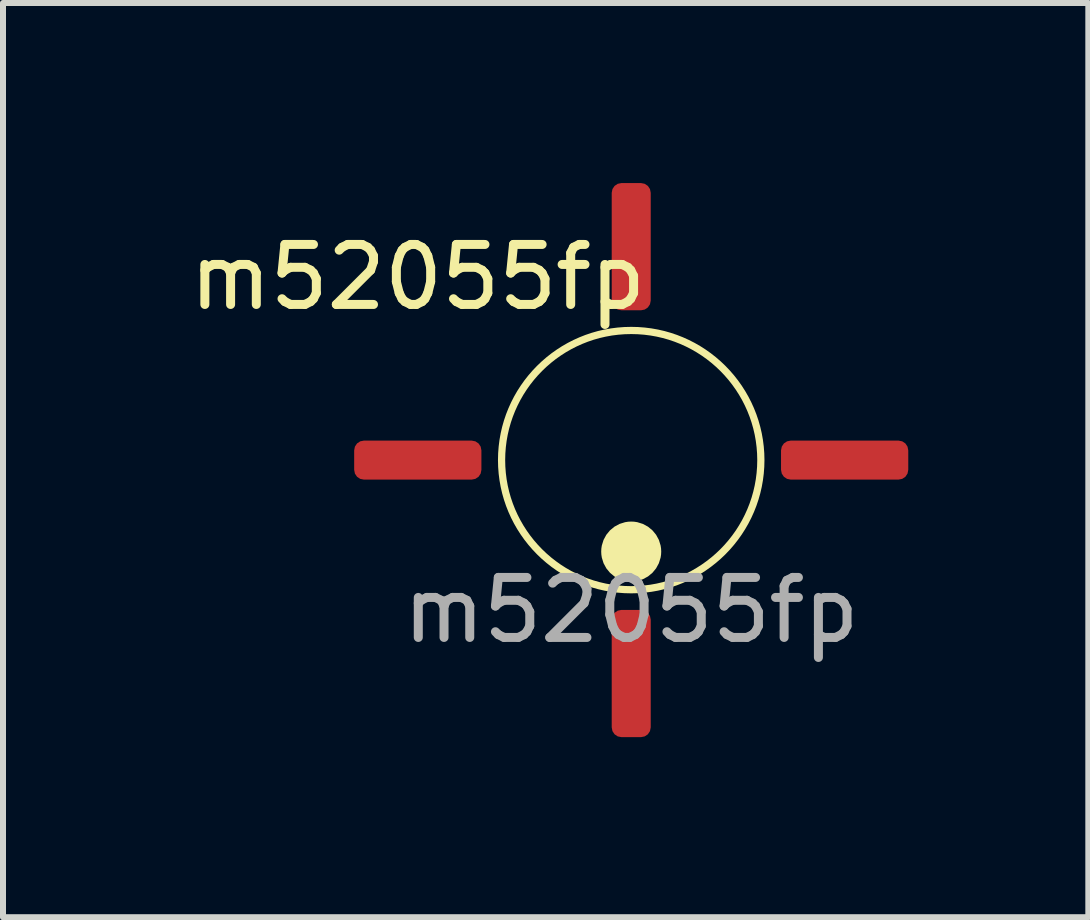
<source format=kicad_pcb>
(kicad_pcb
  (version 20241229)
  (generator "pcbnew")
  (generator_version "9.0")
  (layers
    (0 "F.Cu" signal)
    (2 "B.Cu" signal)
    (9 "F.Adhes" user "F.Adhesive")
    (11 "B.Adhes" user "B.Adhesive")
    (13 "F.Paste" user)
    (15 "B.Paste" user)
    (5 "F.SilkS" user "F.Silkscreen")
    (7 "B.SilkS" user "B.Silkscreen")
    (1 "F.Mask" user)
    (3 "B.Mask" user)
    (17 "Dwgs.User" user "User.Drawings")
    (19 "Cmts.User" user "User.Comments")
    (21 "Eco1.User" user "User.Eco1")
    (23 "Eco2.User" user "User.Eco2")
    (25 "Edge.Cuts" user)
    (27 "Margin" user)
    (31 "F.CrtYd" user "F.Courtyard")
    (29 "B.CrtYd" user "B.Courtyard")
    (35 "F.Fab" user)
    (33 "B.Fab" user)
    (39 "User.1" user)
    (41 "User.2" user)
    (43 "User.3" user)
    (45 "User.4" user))
  (footprint "m52055fp"
    (layer "F.Cu")
    (at 7.467 4.616)
    (property "Reference" "m52055fp" (at -3.556 -3.048 0) (unlocked yes) (layer "F.SilkS") (effects (font (size 1 1) (thickness 0.15))))
    (attr smd)
    (fp_circle (center 0 0) (end 2.16 0) (stroke (width 0.12) (type default)) (fill no) (layer "F.SilkS"))
    (fp_circle (center 0 1.524) (end 0.000001 1.524) (stroke (width 0.5) (type default)) (fill no) (layer "F.SilkS"))
    (fp_text user "${REFERENCE}" (at 0 2.5 0) (unlocked yes) (layer "F.Fab") (effects (font (size 1 1) (thickness 0.15))))
    (pad "1" smd roundrect (at 0 3.556 180) (size 0.65 2.12) (layers "F.Cu" "F.Mask" "F.Paste") (roundrect_rratio 0.25))
    (pad "2" smd roundrect (at 3.556 0 90) (size 0.65 2.12) (layers "F.Cu" "F.Mask" "F.Paste") (roundrect_rratio 0.25))
    (pad "3" smd roundrect (at 0 -3.556) (size 0.65 2.12) (layers "F.Cu" "F.Mask" "F.Paste") (roundrect_rratio 0.25))
    (pad "4" smd roundrect (at -3.556 0 270) (size 0.65 2.12) (layers "F.Cu" "F.Mask" "F.Paste") (roundrect_rratio 0.25)))
  (gr_rect
    (start -3 -3)
    (end 15.083 12.232)
    (stroke (width 0.1) (type default))
    (fill no)
    (layer "Edge.Cuts")))
</source>
